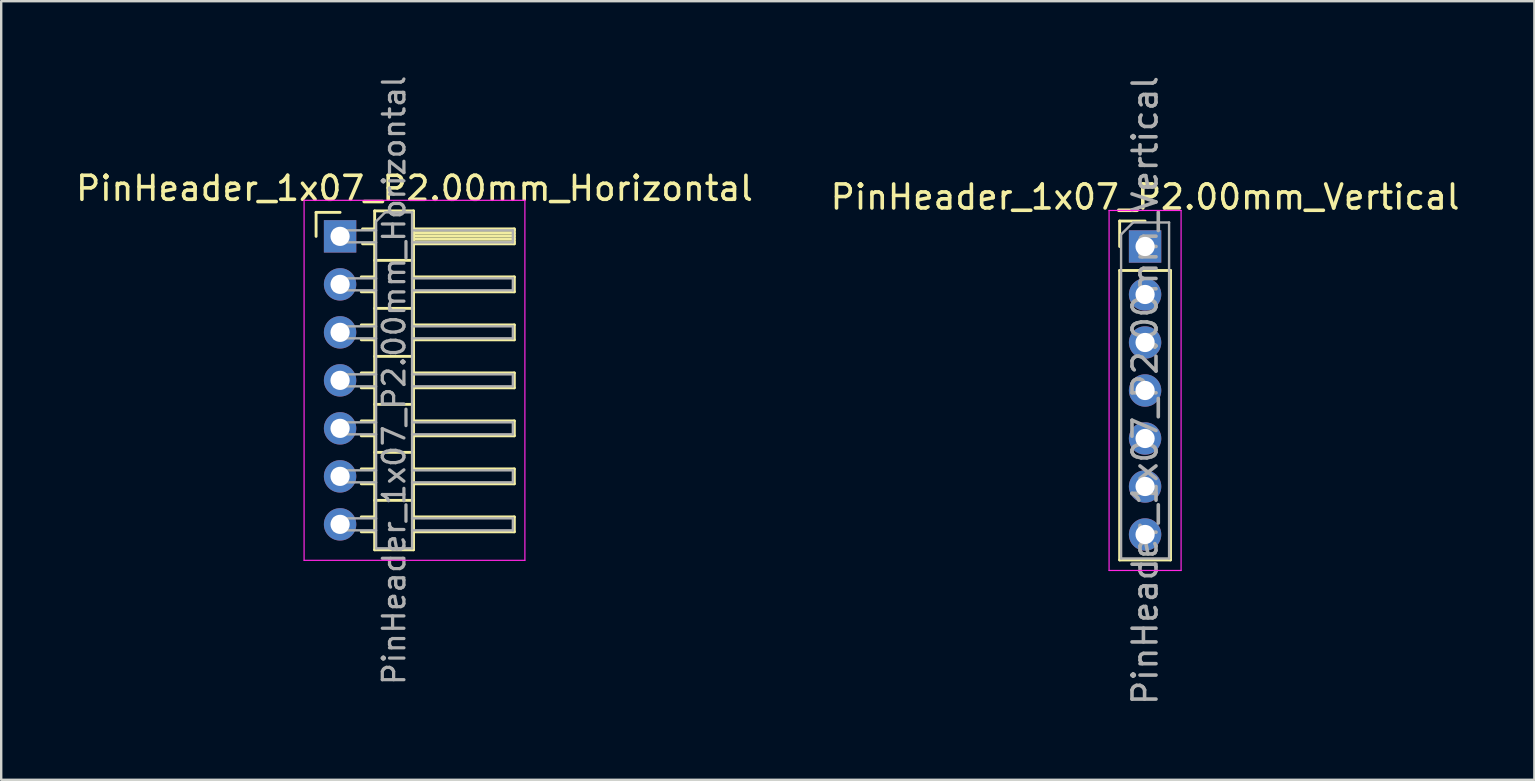
<source format=kicad_pcb>
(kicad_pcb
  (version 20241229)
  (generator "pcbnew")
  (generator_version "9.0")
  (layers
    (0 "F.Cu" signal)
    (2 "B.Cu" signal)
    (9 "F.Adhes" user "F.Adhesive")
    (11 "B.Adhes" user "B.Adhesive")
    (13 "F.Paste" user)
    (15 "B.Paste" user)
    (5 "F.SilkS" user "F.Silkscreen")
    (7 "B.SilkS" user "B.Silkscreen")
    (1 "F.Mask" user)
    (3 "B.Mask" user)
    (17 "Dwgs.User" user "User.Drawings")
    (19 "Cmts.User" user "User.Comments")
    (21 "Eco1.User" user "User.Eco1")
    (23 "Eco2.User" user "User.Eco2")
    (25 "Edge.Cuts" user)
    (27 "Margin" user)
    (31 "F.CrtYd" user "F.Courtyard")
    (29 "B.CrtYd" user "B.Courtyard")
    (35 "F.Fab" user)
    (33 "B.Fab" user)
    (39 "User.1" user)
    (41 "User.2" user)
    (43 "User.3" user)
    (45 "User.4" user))
  (footprint "PinHeader_1x07_P2.00mm_Horizontal"
    (layer "F.Cu")
    (at 11.12 6.798)
    (property "Reference" "PinHeader_1x07_P2.00mm_Horizontal" (at 3.1 -2 0) (layer "F.SilkS") (effects (font (size 1 1) (thickness 0.15))))
    (attr through_hole)
    (fp_line (start -1 -1) (end 0 -1) (stroke (width 0.12) (type solid)) (layer "F.SilkS"))
    (fp_line (start -1 0) (end -1 -1) (stroke (width 0.12) (type solid)) (layer "F.SilkS"))
    (fp_line (start 0.882 1.69) (end 1.44 1.69) (stroke (width 0.12) (type solid)) (layer "F.SilkS"))
    (fp_line (start 0.882 2.31) (end 1.44 2.31) (stroke (width 0.12) (type solid)) (layer "F.SilkS"))
    (fp_line (start 0.882 3.69) (end 1.44 3.69) (stroke (width 0.12) (type solid)) (layer "F.SilkS"))
    (fp_line (start 0.882 4.31) (end 1.44 4.31) (stroke (width 0.12) (type solid)) (layer "F.SilkS"))
    (fp_line (start 0.882 5.69) (end 1.44 5.69) (stroke (width 0.12) (type solid)) (layer "F.SilkS"))
    (fp_line (start 0.882 6.31) (end 1.44 6.31) (stroke (width 0.12) (type solid)) (layer "F.SilkS"))
    (fp_line (start 0.882 7.69) (end 1.44 7.69) (stroke (width 0.12) (type solid)) (layer "F.SilkS"))
    (fp_line (start 0.882 8.31) (end 1.44 8.31) (stroke (width 0.12) (type solid)) (layer "F.SilkS"))
    (fp_line (start 0.882 9.69) (end 1.44 9.69) (stroke (width 0.12) (type solid)) (layer "F.SilkS"))
    (fp_line (start 0.882 10.31) (end 1.44 10.31) (stroke (width 0.12) (type solid)) (layer "F.SilkS"))
    (fp_line (start 0.882 11.69) (end 1.44 11.69) (stroke (width 0.12) (type solid)) (layer "F.SilkS"))
    (fp_line (start 0.882 12.31) (end 1.44 12.31) (stroke (width 0.12) (type solid)) (layer "F.SilkS"))
    (fp_line (start 0.935 -0.31) (end 1.44 -0.31) (stroke (width 0.12) (type solid)) (layer "F.SilkS"))
    (fp_line (start 0.935 0.31) (end 1.44 0.31) (stroke (width 0.12) (type solid)) (layer "F.SilkS"))
    (fp_line (start 1.44 -1.06) (end 1.44 13.06) (stroke (width 0.12) (type solid)) (layer "F.SilkS"))
    (fp_line (start 1.44 1) (end 3.06 1) (stroke (width 0.12) (type solid)) (layer "F.SilkS"))
    (fp_line (start 1.44 3) (end 3.06 3) (stroke (width 0.12) (type solid)) (layer "F.SilkS"))
    (fp_line (start 1.44 5) (end 3.06 5) (stroke (width 0.12) (type solid)) (layer "F.SilkS"))
    (fp_line (start 1.44 7) (end 3.06 7) (stroke (width 0.12) (type solid)) (layer "F.SilkS"))
    (fp_line (start 1.44 9) (end 3.06 9) (stroke (width 0.12) (type solid)) (layer "F.SilkS"))
    (fp_line (start 1.44 11) (end 3.06 11) (stroke (width 0.12) (type solid)) (layer "F.SilkS"))
    (fp_line (start 1.44 13.06) (end 3.06 13.06) (stroke (width 0.12) (type solid)) (layer "F.SilkS"))
    (fp_line (start 3.06 -1.06) (end 1.44 -1.06) (stroke (width 0.12) (type solid)) (layer "F.SilkS"))
    (fp_line (start 3.06 -0.31) (end 7.26 -0.31) (stroke (width 0.12) (type solid)) (layer "F.SilkS"))
    (fp_line (start 3.06 -0.25) (end 7.26 -0.25) (stroke (width 0.12) (type solid)) (layer "F.SilkS"))
    (fp_line (start 3.06 -0.13) (end 7.26 -0.13) (stroke (width 0.12) (type solid)) (layer "F.SilkS"))
    (fp_line (start 3.06 -0.01) (end 7.26 -0.01) (stroke (width 0.12) (type solid)) (layer "F.SilkS"))
    (fp_line (start 3.06 0.11) (end 7.26 0.11) (stroke (width 0.12) (type solid)) (layer "F.SilkS"))
    (fp_line (start 3.06 0.23) (end 7.26 0.23) (stroke (width 0.12) (type solid)) (layer "F.SilkS"))
    (fp_line (start 3.06 1.69) (end 7.26 1.69) (stroke (width 0.12) (type solid)) (layer "F.SilkS"))
    (fp_line (start 3.06 3.69) (end 7.26 3.69) (stroke (width 0.12) (type solid)) (layer "F.SilkS"))
    (fp_line (start 3.06 5.69) (end 7.26 5.69) (stroke (width 0.12) (type solid)) (layer "F.SilkS"))
    (fp_line (start 3.06 7.69) (end 7.26 7.69) (stroke (width 0.12) (type solid)) (layer "F.SilkS"))
    (fp_line (start 3.06 9.69) (end 7.26 9.69) (stroke (width 0.12) (type solid)) (layer "F.SilkS"))
    (fp_line (start 3.06 11.69) (end 7.26 11.69) (stroke (width 0.12) (type solid)) (layer "F.SilkS"))
    (fp_line (start 3.06 13.06) (end 3.06 -1.06) (stroke (width 0.12) (type solid)) (layer "F.SilkS"))
    (fp_line (start 7.26 -0.31) (end 7.26 0.31) (stroke (width 0.12) (type solid)) (layer "F.SilkS"))
    (fp_line (start 7.26 0.31) (end 3.06 0.31) (stroke (width 0.12) (type solid)) (layer "F.SilkS"))
    (fp_line (start 7.26 1.69) (end 7.26 2.31) (stroke (width 0.12) (type solid)) (layer "F.SilkS"))
    (fp_line (start 7.26 2.31) (end 3.06 2.31) (stroke (width 0.12) (type solid)) (layer "F.SilkS"))
    (fp_line (start 7.26 3.69) (end 7.26 4.31) (stroke (width 0.12) (type solid)) (layer "F.SilkS"))
    (fp_line (start 7.26 4.31) (end 3.06 4.31) (stroke (width 0.12) (type solid)) (layer "F.SilkS"))
    (fp_line (start 7.26 5.69) (end 7.26 6.31) (stroke (width 0.12) (type solid)) (layer "F.SilkS"))
    (fp_line (start 7.26 6.31) (end 3.06 6.31) (stroke (width 0.12) (type solid)) (layer "F.SilkS"))
    (fp_line (start 7.26 7.69) (end 7.26 8.31) (stroke (width 0.12) (type solid)) (layer "F.SilkS"))
    (fp_line (start 7.26 8.31) (end 3.06 8.31) (stroke (width 0.12) (type solid)) (layer "F.SilkS"))
    (fp_line (start 7.26 9.69) (end 7.26 10.31) (stroke (width 0.12) (type solid)) (layer "F.SilkS"))
    (fp_line (start 7.26 10.31) (end 3.06 10.31) (stroke (width 0.12) (type solid)) (layer "F.SilkS"))
    (fp_line (start 7.26 11.69) (end 7.26 12.31) (stroke (width 0.12) (type solid)) (layer "F.SilkS"))
    (fp_line (start 7.26 12.31) (end 3.06 12.31) (stroke (width 0.12) (type solid)) (layer "F.SilkS"))
    (fp_line (start -1.5 -1.5) (end -1.5 13.5) (stroke (width 0.05) (type solid)) (layer "F.CrtYd"))
    (fp_line (start -1.5 13.5) (end 7.7 13.5) (stroke (width 0.05) (type solid)) (layer "F.CrtYd"))
    (fp_line (start 7.7 -1.5) (end -1.5 -1.5) (stroke (width 0.05) (type solid)) (layer "F.CrtYd"))
    (fp_line (start 7.7 13.5) (end 7.7 -1.5) (stroke (width 0.05) (type solid)) (layer "F.CrtYd"))
    (fp_line (start -0.25 -0.25) (end -0.25 0.25) (stroke (width 0.1) (type solid)) (layer "F.Fab"))
    (fp_line (start -0.25 -0.25) (end 1.5 -0.25) (stroke (width 0.1) (type solid)) (layer "F.Fab"))
    (fp_line (start -0.25 0.25) (end 1.5 0.25) (stroke (width 0.1) (type solid)) (layer "F.Fab"))
    (fp_line (start -0.25 1.75) (end -0.25 2.25) (stroke (width 0.1) (type solid)) (layer "F.Fab"))
    (fp_line (start -0.25 1.75) (end 1.5 1.75) (stroke (width 0.1) (type solid)) (layer "F.Fab"))
    (fp_line (start -0.25 2.25) (end 1.5 2.25) (stroke (width 0.1) (type solid)) (layer "F.Fab"))
    (fp_line (start -0.25 3.75) (end -0.25 4.25) (stroke (width 0.1) (type solid)) (layer "F.Fab"))
    (fp_line (start -0.25 3.75) (end 1.5 3.75) (stroke (width 0.1) (type solid)) (layer "F.Fab"))
    (fp_line (start -0.25 4.25) (end 1.5 4.25) (stroke (width 0.1) (type solid)) (layer "F.Fab"))
    (fp_line (start -0.25 5.75) (end -0.25 6.25) (stroke (width 0.1) (type solid)) (layer "F.Fab"))
    (fp_line (start -0.25 5.75) (end 1.5 5.75) (stroke (width 0.1) (type solid)) (layer "F.Fab"))
    (fp_line (start -0.25 6.25) (end 1.5 6.25) (stroke (width 0.1) (type solid)) (layer "F.Fab"))
    (fp_line (start -0.25 7.75) (end -0.25 8.25) (stroke (width 0.1) (type solid)) (layer "F.Fab"))
    (fp_line (start -0.25 7.75) (end 1.5 7.75) (stroke (width 0.1) (type solid)) (layer "F.Fab"))
    (fp_line (start -0.25 8.25) (end 1.5 8.25) (stroke (width 0.1) (type solid)) (layer "F.Fab"))
    (fp_line (start -0.25 9.75) (end -0.25 10.25) (stroke (width 0.1) (type solid)) (layer "F.Fab"))
    (fp_line (start -0.25 9.75) (end 1.5 9.75) (stroke (width 0.1) (type solid)) (layer "F.Fab"))
    (fp_line (start -0.25 10.25) (end 1.5 10.25) (stroke (width 0.1) (type solid)) (layer "F.Fab"))
    (fp_line (start -0.25 11.75) (end -0.25 12.25) (stroke (width 0.1) (type solid)) (layer "F.Fab"))
    (fp_line (start -0.25 11.75) (end 1.5 11.75) (stroke (width 0.1) (type solid)) (layer "F.Fab"))
    (fp_line (start -0.25 12.25) (end 1.5 12.25) (stroke (width 0.1) (type solid)) (layer "F.Fab"))
    (fp_line (start 1.5 -0.625) (end 1.875 -1) (stroke (width 0.1) (type solid)) (layer "F.Fab"))
    (fp_line (start 1.5 13) (end 1.5 -0.625) (stroke (width 0.1) (type solid)) (layer "F.Fab"))
    (fp_line (start 1.875 -1) (end 3 -1) (stroke (width 0.1) (type solid)) (layer "F.Fab"))
    (fp_line (start 3 -1) (end 3 13) (stroke (width 0.1) (type solid)) (layer "F.Fab"))
    (fp_line (start 3 -0.25) (end 7.2 -0.25) (stroke (width 0.1) (type solid)) (layer "F.Fab"))
    (fp_line (start 3 0.25) (end 7.2 0.25) (stroke (width 0.1) (type solid)) (layer "F.Fab"))
    (fp_line (start 3 1.75) (end 7.2 1.75) (stroke (width 0.1) (type solid)) (layer "F.Fab"))
    (fp_line (start 3 2.25) (end 7.2 2.25) (stroke (width 0.1) (type solid)) (layer "F.Fab"))
    (fp_line (start 3 3.75) (end 7.2 3.75) (stroke (width 0.1) (type solid)) (layer "F.Fab"))
    (fp_line (start 3 4.25) (end 7.2 4.25) (stroke (width 0.1) (type solid)) (layer "F.Fab"))
    (fp_line (start 3 5.75) (end 7.2 5.75) (stroke (width 0.1) (type solid)) (layer "F.Fab"))
    (fp_line (start 3 6.25) (end 7.2 6.25) (stroke (width 0.1) (type solid)) (layer "F.Fab"))
    (fp_line (start 3 7.75) (end 7.2 7.75) (stroke (width 0.1) (type solid)) (layer "F.Fab"))
    (fp_line (start 3 8.25) (end 7.2 8.25) (stroke (width 0.1) (type solid)) (layer "F.Fab"))
    (fp_line (start 3 9.75) (end 7.2 9.75) (stroke (width 0.1) (type solid)) (layer "F.Fab"))
    (fp_line (start 3 10.25) (end 7.2 10.25) (stroke (width 0.1) (type solid)) (layer "F.Fab"))
    (fp_line (start 3 11.75) (end 7.2 11.75) (stroke (width 0.1) (type solid)) (layer "F.Fab"))
    (fp_line (start 3 12.25) (end 7.2 12.25) (stroke (width 0.1) (type solid)) (layer "F.Fab"))
    (fp_line (start 3 13) (end 1.5 13) (stroke (width 0.1) (type solid)) (layer "F.Fab"))
    (fp_line (start 7.2 -0.25) (end 7.2 0.25) (stroke (width 0.1) (type solid)) (layer "F.Fab"))
    (fp_line (start 7.2 1.75) (end 7.2 2.25) (stroke (width 0.1) (type solid)) (layer "F.Fab"))
    (fp_line (start 7.2 3.75) (end 7.2 4.25) (stroke (width 0.1) (type solid)) (layer "F.Fab"))
    (fp_line (start 7.2 5.75) (end 7.2 6.25) (stroke (width 0.1) (type solid)) (layer "F.Fab"))
    (fp_line (start 7.2 7.75) (end 7.2 8.25) (stroke (width 0.1) (type solid)) (layer "F.Fab"))
    (fp_line (start 7.2 9.75) (end 7.2 10.25) (stroke (width 0.1) (type solid)) (layer "F.Fab"))
    (fp_line (start 7.2 11.75) (end 7.2 12.25) (stroke (width 0.1) (type solid)) (layer "F.Fab"))
    (fp_text user "${REFERENCE}" (at 2.25 6 90) (layer "F.Fab") (effects (font (size 0.9 0.9) (thickness 0.135))))
    (pad "1" thru_hole rect (at 0 0) (size 1.35 1.35) (drill 0.8) (layers "*.Cu" "*.Mask"))
    (pad "2" thru_hole oval (at 0 2) (size 1.35 1.35) (drill 0.8) (layers "*.Cu" "*.Mask"))
    (pad "3" thru_hole oval (at 0 4) (size 1.35 1.35) (drill 0.8) (layers "*.Cu" "*.Mask"))
    (pad "4" thru_hole oval (at 0 6) (size 1.35 1.35) (drill 0.8) (layers "*.Cu" "*.Mask"))
    (pad "5" thru_hole oval (at 0 8) (size 1.35 1.35) (drill 0.8) (layers "*.Cu" "*.Mask"))
    (pad "6" thru_hole oval (at 0 10) (size 1.35 1.35) (drill 0.8) (layers "*.Cu" "*.Mask"))
    (pad "7" thru_hole oval (at 0 12) (size 1.35 1.35) (drill 0.8) (layers "*.Cu" "*.Mask")))
  (footprint "PinHeader_1x07_P2.00mm_Vertical"
    (layer "F.Cu")
    (at 44.661 7.22)
    (property "Reference" "PinHeader_1x07_P2.00mm_Vertical" (at 0 -2.06 0) (layer "F.SilkS") (effects (font (size 1 1) (thickness 0.15))))
    (attr through_hole)
    (fp_line (start -1.06 -1.06) (end 0 -1.06) (stroke (width 0.12) (type solid)) (layer "F.SilkS"))
    (fp_line (start -1.06 0) (end -1.06 -1.06) (stroke (width 0.12) (type solid)) (layer "F.SilkS"))
    (fp_line (start -1.06 1) (end -1.06 13.06) (stroke (width 0.12) (type solid)) (layer "F.SilkS"))
    (fp_line (start -1.06 1) (end 1.06 1) (stroke (width 0.12) (type solid)) (layer "F.SilkS"))
    (fp_line (start -1.06 13.06) (end 1.06 13.06) (stroke (width 0.12) (type solid)) (layer "F.SilkS"))
    (fp_line (start 1.06 1) (end 1.06 13.06) (stroke (width 0.12) (type solid)) (layer "F.SilkS"))
    (fp_line (start -1.5 -1.5) (end -1.5 13.5) (stroke (width 0.05) (type solid)) (layer "F.CrtYd"))
    (fp_line (start -1.5 13.5) (end 1.5 13.5) (stroke (width 0.05) (type solid)) (layer "F.CrtYd"))
    (fp_line (start 1.5 -1.5) (end -1.5 -1.5) (stroke (width 0.05) (type solid)) (layer "F.CrtYd"))
    (fp_line (start 1.5 13.5) (end 1.5 -1.5) (stroke (width 0.05) (type solid)) (layer "F.CrtYd"))
    (fp_line (start -1 -0.5) (end -0.5 -1) (stroke (width 0.1) (type solid)) (layer "F.Fab"))
    (fp_line (start -1 13) (end -1 -0.5) (stroke (width 0.1) (type solid)) (layer "F.Fab"))
    (fp_line (start -0.5 -1) (end 1 -1) (stroke (width 0.1) (type solid)) (layer "F.Fab"))
    (fp_line (start 1 -1) (end 1 13) (stroke (width 0.1) (type solid)) (layer "F.Fab"))
    (fp_line (start 1 13) (end -1 13) (stroke (width 0.1) (type solid)) (layer "F.Fab"))
    (fp_text user "${REFERENCE}" (at 0 6 90) (layer "F.Fab") (effects (font (size 1 1) (thickness 0.15))))
    (pad "1" thru_hole rect (at 0 0) (size 1.35 1.35) (drill 0.8) (layers "*.Cu" "*.Mask"))
    (pad "2" thru_hole oval (at 0 2) (size 1.35 1.35) (drill 0.8) (layers "*.Cu" "*.Mask"))
    (pad "3" thru_hole oval (at 0 4) (size 1.35 1.35) (drill 0.8) (layers "*.Cu" "*.Mask"))
    (pad "4" thru_hole oval (at 0 6) (size 1.35 1.35) (drill 0.8) (layers "*.Cu" "*.Mask"))
    (pad "5" thru_hole oval (at 0 8) (size 1.35 1.35) (drill 0.8) (layers "*.Cu" "*.Mask"))
    (pad "6" thru_hole oval (at 0 10) (size 1.35 1.35) (drill 0.8) (layers "*.Cu" "*.Mask"))
    (pad "7" thru_hole oval (at 0 12) (size 1.35 1.35) (drill 0.8) (layers "*.Cu" "*.Mask")))
  (gr_rect
    (start -3 -3)
    (end 60.881 29.44)
    (stroke (width 0.1) (type default))
    (fill no)
    (layer "Edge.Cuts")))
</source>
